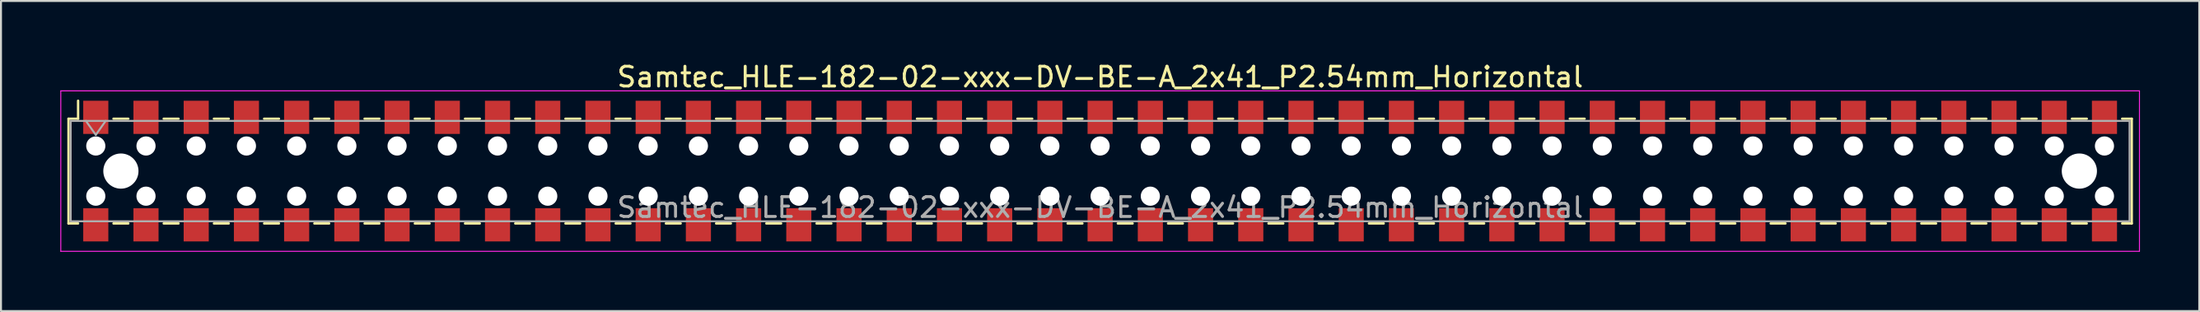
<source format=kicad_pcb>
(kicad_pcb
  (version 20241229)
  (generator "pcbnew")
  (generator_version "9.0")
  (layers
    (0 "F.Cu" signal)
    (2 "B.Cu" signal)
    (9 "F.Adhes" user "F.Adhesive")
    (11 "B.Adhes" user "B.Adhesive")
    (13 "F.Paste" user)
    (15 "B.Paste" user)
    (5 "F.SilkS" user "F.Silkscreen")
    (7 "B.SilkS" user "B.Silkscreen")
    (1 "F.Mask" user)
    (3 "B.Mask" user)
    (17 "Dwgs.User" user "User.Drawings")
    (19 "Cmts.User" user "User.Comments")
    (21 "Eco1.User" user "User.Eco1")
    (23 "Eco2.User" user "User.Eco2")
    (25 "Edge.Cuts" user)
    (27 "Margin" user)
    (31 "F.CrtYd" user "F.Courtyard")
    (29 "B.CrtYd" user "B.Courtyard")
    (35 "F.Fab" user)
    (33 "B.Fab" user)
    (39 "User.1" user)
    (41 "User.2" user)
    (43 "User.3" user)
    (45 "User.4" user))
  (footprint "Samtec_HLE-182-02-xxx-DV-BE-A_2x41_P2.54mm_Horizontal"
    (layer "F.Cu")
    (at 52.595 5.608)
    (property "Reference" "Samtec_HLE-182-02-xxx-DV-BE-A_2x41_P2.54mm_Horizontal" (at 0 -4.76 0) (layer "F.SilkS") (effects (font (size 1 1) (thickness 0.15))))
    (attr smd)
    (fp_line (start -52.18 -2.65) (end -52.18 2.65) (stroke (width 0.12) (type solid)) (layer "F.SilkS"))
    (fp_line (start -52.18 2.65) (end -51.695 2.65) (stroke (width 0.12) (type solid)) (layer "F.SilkS"))
    (fp_line (start -51.695 -3.56) (end -51.695 -2.65) (stroke (width 0.12) (type solid)) (layer "F.SilkS"))
    (fp_line (start -51.695 -2.65) (end -52.18 -2.65) (stroke (width 0.12) (type solid)) (layer "F.SilkS"))
    (fp_line (start -49.905 -2.65) (end -49.155 -2.65) (stroke (width 0.12) (type solid)) (layer "F.SilkS"))
    (fp_line (start -49.905 2.65) (end -49.155 2.65) (stroke (width 0.12) (type solid)) (layer "F.SilkS"))
    (fp_line (start -47.365 -2.65) (end -46.615 -2.65) (stroke (width 0.12) (type solid)) (layer "F.SilkS"))
    (fp_line (start -47.365 2.65) (end -46.615 2.65) (stroke (width 0.12) (type solid)) (layer "F.SilkS"))
    (fp_line (start -44.825 -2.65) (end -44.075 -2.65) (stroke (width 0.12) (type solid)) (layer "F.SilkS"))
    (fp_line (start -44.825 2.65) (end -44.075 2.65) (stroke (width 0.12) (type solid)) (layer "F.SilkS"))
    (fp_line (start -42.285 -2.65) (end -41.535 -2.65) (stroke (width 0.12) (type solid)) (layer "F.SilkS"))
    (fp_line (start -42.285 2.65) (end -41.535 2.65) (stroke (width 0.12) (type solid)) (layer "F.SilkS"))
    (fp_line (start -39.745 -2.65) (end -38.995 -2.65) (stroke (width 0.12) (type solid)) (layer "F.SilkS"))
    (fp_line (start -39.745 2.65) (end -38.995 2.65) (stroke (width 0.12) (type solid)) (layer "F.SilkS"))
    (fp_line (start -37.205 -2.65) (end -36.455 -2.65) (stroke (width 0.12) (type solid)) (layer "F.SilkS"))
    (fp_line (start -37.205 2.65) (end -36.455 2.65) (stroke (width 0.12) (type solid)) (layer "F.SilkS"))
    (fp_line (start -34.665 -2.65) (end -33.915 -2.65) (stroke (width 0.12) (type solid)) (layer "F.SilkS"))
    (fp_line (start -34.665 2.65) (end -33.915 2.65) (stroke (width 0.12) (type solid)) (layer "F.SilkS"))
    (fp_line (start -32.125 -2.65) (end -31.375 -2.65) (stroke (width 0.12) (type solid)) (layer "F.SilkS"))
    (fp_line (start -32.125 2.65) (end -31.375 2.65) (stroke (width 0.12) (type solid)) (layer "F.SilkS"))
    (fp_line (start -29.585 -2.65) (end -28.835 -2.65) (stroke (width 0.12) (type solid)) (layer "F.SilkS"))
    (fp_line (start -29.585 2.65) (end -28.835 2.65) (stroke (width 0.12) (type solid)) (layer "F.SilkS"))
    (fp_line (start -27.045 -2.65) (end -26.295 -2.65) (stroke (width 0.12) (type solid)) (layer "F.SilkS"))
    (fp_line (start -27.045 2.65) (end -26.295 2.65) (stroke (width 0.12) (type solid)) (layer "F.SilkS"))
    (fp_line (start -24.505 -2.65) (end -23.755 -2.65) (stroke (width 0.12) (type solid)) (layer "F.SilkS"))
    (fp_line (start -24.505 2.65) (end -23.755 2.65) (stroke (width 0.12) (type solid)) (layer "F.SilkS"))
    (fp_line (start -21.965 -2.65) (end -21.215 -2.65) (stroke (width 0.12) (type solid)) (layer "F.SilkS"))
    (fp_line (start -21.965 2.65) (end -21.215 2.65) (stroke (width 0.12) (type solid)) (layer "F.SilkS"))
    (fp_line (start -19.425 -2.65) (end -18.675 -2.65) (stroke (width 0.12) (type solid)) (layer "F.SilkS"))
    (fp_line (start -19.425 2.65) (end -18.675 2.65) (stroke (width 0.12) (type solid)) (layer "F.SilkS"))
    (fp_line (start -16.885 -2.65) (end -16.135 -2.65) (stroke (width 0.12) (type solid)) (layer "F.SilkS"))
    (fp_line (start -16.885 2.65) (end -16.135 2.65) (stroke (width 0.12) (type solid)) (layer "F.SilkS"))
    (fp_line (start -14.345 -2.65) (end -13.595 -2.65) (stroke (width 0.12) (type solid)) (layer "F.SilkS"))
    (fp_line (start -14.345 2.65) (end -13.595 2.65) (stroke (width 0.12) (type solid)) (layer "F.SilkS"))
    (fp_line (start -11.805 -2.65) (end -11.055 -2.65) (stroke (width 0.12) (type solid)) (layer "F.SilkS"))
    (fp_line (start -11.805 2.65) (end -11.055 2.65) (stroke (width 0.12) (type solid)) (layer "F.SilkS"))
    (fp_line (start -9.265 -2.65) (end -8.515 -2.65) (stroke (width 0.12) (type solid)) (layer "F.SilkS"))
    (fp_line (start -9.265 2.65) (end -8.515 2.65) (stroke (width 0.12) (type solid)) (layer "F.SilkS"))
    (fp_line (start -6.725 -2.65) (end -5.975 -2.65) (stroke (width 0.12) (type solid)) (layer "F.SilkS"))
    (fp_line (start -6.725 2.65) (end -5.975 2.65) (stroke (width 0.12) (type solid)) (layer "F.SilkS"))
    (fp_line (start -4.185 -2.65) (end -3.435 -2.65) (stroke (width 0.12) (type solid)) (layer "F.SilkS"))
    (fp_line (start -4.185 2.65) (end -3.435 2.65) (stroke (width 0.12) (type solid)) (layer "F.SilkS"))
    (fp_line (start -1.645 -2.65) (end -0.895 -2.65) (stroke (width 0.12) (type solid)) (layer "F.SilkS"))
    (fp_line (start -1.645 2.65) (end -0.895 2.65) (stroke (width 0.12) (type solid)) (layer "F.SilkS"))
    (fp_line (start 0.895 -2.65) (end 1.645 -2.65) (stroke (width 0.12) (type solid)) (layer "F.SilkS"))
    (fp_line (start 0.895 2.65) (end 1.645 2.65) (stroke (width 0.12) (type solid)) (layer "F.SilkS"))
    (fp_line (start 3.435 -2.65) (end 4.185 -2.65) (stroke (width 0.12) (type solid)) (layer "F.SilkS"))
    (fp_line (start 3.435 2.65) (end 4.185 2.65) (stroke (width 0.12) (type solid)) (layer "F.SilkS"))
    (fp_line (start 5.975 -2.65) (end 6.725 -2.65) (stroke (width 0.12) (type solid)) (layer "F.SilkS"))
    (fp_line (start 5.975 2.65) (end 6.725 2.65) (stroke (width 0.12) (type solid)) (layer "F.SilkS"))
    (fp_line (start 8.515 -2.65) (end 9.265 -2.65) (stroke (width 0.12) (type solid)) (layer "F.SilkS"))
    (fp_line (start 8.515 2.65) (end 9.265 2.65) (stroke (width 0.12) (type solid)) (layer "F.SilkS"))
    (fp_line (start 11.055 -2.65) (end 11.805 -2.65) (stroke (width 0.12) (type solid)) (layer "F.SilkS"))
    (fp_line (start 11.055 2.65) (end 11.805 2.65) (stroke (width 0.12) (type solid)) (layer "F.SilkS"))
    (fp_line (start 13.595 -2.65) (end 14.345 -2.65) (stroke (width 0.12) (type solid)) (layer "F.SilkS"))
    (fp_line (start 13.595 2.65) (end 14.345 2.65) (stroke (width 0.12) (type solid)) (layer "F.SilkS"))
    (fp_line (start 16.135 -2.65) (end 16.885 -2.65) (stroke (width 0.12) (type solid)) (layer "F.SilkS"))
    (fp_line (start 16.135 2.65) (end 16.885 2.65) (stroke (width 0.12) (type solid)) (layer "F.SilkS"))
    (fp_line (start 18.675 -2.65) (end 19.425 -2.65) (stroke (width 0.12) (type solid)) (layer "F.SilkS"))
    (fp_line (start 18.675 2.65) (end 19.425 2.65) (stroke (width 0.12) (type solid)) (layer "F.SilkS"))
    (fp_line (start 21.215 -2.65) (end 21.965 -2.65) (stroke (width 0.12) (type solid)) (layer "F.SilkS"))
    (fp_line (start 21.215 2.65) (end 21.965 2.65) (stroke (width 0.12) (type solid)) (layer "F.SilkS"))
    (fp_line (start 23.755 -2.65) (end 24.505 -2.65) (stroke (width 0.12) (type solid)) (layer "F.SilkS"))
    (fp_line (start 23.755 2.65) (end 24.505 2.65) (stroke (width 0.12) (type solid)) (layer "F.SilkS"))
    (fp_line (start 26.295 -2.65) (end 27.045 -2.65) (stroke (width 0.12) (type solid)) (layer "F.SilkS"))
    (fp_line (start 26.295 2.65) (end 27.045 2.65) (stroke (width 0.12) (type solid)) (layer "F.SilkS"))
    (fp_line (start 28.835 -2.65) (end 29.585 -2.65) (stroke (width 0.12) (type solid)) (layer "F.SilkS"))
    (fp_line (start 28.835 2.65) (end 29.585 2.65) (stroke (width 0.12) (type solid)) (layer "F.SilkS"))
    (fp_line (start 31.375 -2.65) (end 32.125 -2.65) (stroke (width 0.12) (type solid)) (layer "F.SilkS"))
    (fp_line (start 31.375 2.65) (end 32.125 2.65) (stroke (width 0.12) (type solid)) (layer "F.SilkS"))
    (fp_line (start 33.915 -2.65) (end 34.665 -2.65) (stroke (width 0.12) (type solid)) (layer "F.SilkS"))
    (fp_line (start 33.915 2.65) (end 34.665 2.65) (stroke (width 0.12) (type solid)) (layer "F.SilkS"))
    (fp_line (start 36.455 -2.65) (end 37.205 -2.65) (stroke (width 0.12) (type solid)) (layer "F.SilkS"))
    (fp_line (start 36.455 2.65) (end 37.205 2.65) (stroke (width 0.12) (type solid)) (layer "F.SilkS"))
    (fp_line (start 38.995 -2.65) (end 39.745 -2.65) (stroke (width 0.12) (type solid)) (layer "F.SilkS"))
    (fp_line (start 38.995 2.65) (end 39.745 2.65) (stroke (width 0.12) (type solid)) (layer "F.SilkS"))
    (fp_line (start 41.535 -2.65) (end 42.285 -2.65) (stroke (width 0.12) (type solid)) (layer "F.SilkS"))
    (fp_line (start 41.535 2.65) (end 42.285 2.65) (stroke (width 0.12) (type solid)) (layer "F.SilkS"))
    (fp_line (start 44.075 -2.65) (end 44.825 -2.65) (stroke (width 0.12) (type solid)) (layer "F.SilkS"))
    (fp_line (start 44.075 2.65) (end 44.825 2.65) (stroke (width 0.12) (type solid)) (layer "F.SilkS"))
    (fp_line (start 46.615 -2.65) (end 47.365 -2.65) (stroke (width 0.12) (type solid)) (layer "F.SilkS"))
    (fp_line (start 46.615 2.65) (end 47.365 2.65) (stroke (width 0.12) (type solid)) (layer "F.SilkS"))
    (fp_line (start 49.155 -2.65) (end 49.905 -2.65) (stroke (width 0.12) (type solid)) (layer "F.SilkS"))
    (fp_line (start 49.155 2.65) (end 49.905 2.65) (stroke (width 0.12) (type solid)) (layer "F.SilkS"))
    (fp_line (start 51.695 -2.65) (end 52.18 -2.65) (stroke (width 0.12) (type solid)) (layer "F.SilkS"))
    (fp_line (start 52.18 -2.65) (end 52.18 2.65) (stroke (width 0.12) (type solid)) (layer "F.SilkS"))
    (fp_line (start 52.18 2.65) (end 51.695 2.65) (stroke (width 0.12) (type solid)) (layer "F.SilkS"))
    (fp_line (start -52.57 -4.06) (end 52.57 -4.06) (stroke (width 0.05) (type solid)) (layer "F.CrtYd"))
    (fp_line (start -52.57 4.06) (end -52.57 -4.06) (stroke (width 0.05) (type solid)) (layer "F.CrtYd"))
    (fp_line (start 52.57 -4.06) (end 52.57 4.06) (stroke (width 0.05) (type solid)) (layer "F.CrtYd"))
    (fp_line (start 52.57 4.06) (end -52.57 4.06) (stroke (width 0.05) (type solid)) (layer "F.CrtYd"))
    (fp_line (start -52.07 -2.54) (end 52.07 -2.54) (stroke (width 0.1) (type solid)) (layer "F.Fab"))
    (fp_line (start -52.07 2.54) (end -52.07 -2.54) (stroke (width 0.1) (type solid)) (layer "F.Fab"))
    (fp_line (start -51.3 -2.54) (end -50.8 -1.833) (stroke (width 0.1) (type solid)) (layer "F.Fab"))
    (fp_line (start -50.8 -1.833) (end -50.3 -2.54) (stroke (width 0.1) (type solid)) (layer "F.Fab"))
    (fp_line (start 52.07 -2.54) (end 52.07 2.54) (stroke (width 0.1) (type solid)) (layer "F.Fab"))
    (fp_line (start 52.07 2.54) (end -52.07 2.54) (stroke (width 0.1) (type solid)) (layer "F.Fab"))
    (fp_text user "${REFERENCE}" (at 0 1.84 0) (layer "F.Fab") (effects (font (size 1 1) (thickness 0.15))))
    (pad "" np_thru_hole circle (at -50.8 -1.27) (size 0.97 0.97) (drill 0.97) (layers "*.Cu" "*.Mask"))
    (pad "" np_thru_hole circle (at -50.8 1.27) (size 0.97 0.97) (drill 0.97) (layers "*.Cu" "*.Mask"))
    (pad "" np_thru_hole circle (at -49.53 0) (size 1.78 1.78) (drill 1.78) (layers "*.Cu" "*.Mask"))
    (pad "" np_thru_hole circle (at -48.26 -1.27) (size 0.97 0.97) (drill 0.97) (layers "*.Cu" "*.Mask"))
    (pad "" np_thru_hole circle (at -48.26 1.27) (size 0.97 0.97) (drill 0.97) (layers "*.Cu" "*.Mask"))
    (pad "" np_thru_hole circle (at -45.72 -1.27) (size 0.97 0.97) (drill 0.97) (layers "*.Cu" "*.Mask"))
    (pad "" np_thru_hole circle (at -45.72 1.27) (size 0.97 0.97) (drill 0.97) (layers "*.Cu" "*.Mask"))
    (pad "" np_thru_hole circle (at -43.18 -1.27) (size 0.97 0.97) (drill 0.97) (layers "*.Cu" "*.Mask"))
    (pad "" np_thru_hole circle (at -43.18 1.27) (size 0.97 0.97) (drill 0.97) (layers "*.Cu" "*.Mask"))
    (pad "" np_thru_hole circle (at -40.64 -1.27) (size 0.97 0.97) (drill 0.97) (layers "*.Cu" "*.Mask"))
    (pad "" np_thru_hole circle (at -40.64 1.27) (size 0.97 0.97) (drill 0.97) (layers "*.Cu" "*.Mask"))
    (pad "" np_thru_hole circle (at -38.1 -1.27) (size 0.97 0.97) (drill 0.97) (layers "*.Cu" "*.Mask"))
    (pad "" np_thru_hole circle (at -38.1 1.27) (size 0.97 0.97) (drill 0.97) (layers "*.Cu" "*.Mask"))
    (pad "" np_thru_hole circle (at -35.56 -1.27) (size 0.97 0.97) (drill 0.97) (layers "*.Cu" "*.Mask"))
    (pad "" np_thru_hole circle (at -35.56 1.27) (size 0.97 0.97) (drill 0.97) (layers "*.Cu" "*.Mask"))
    (pad "" np_thru_hole circle (at -33.02 -1.27) (size 0.97 0.97) (drill 0.97) (layers "*.Cu" "*.Mask"))
    (pad "" np_thru_hole circle (at -33.02 1.27) (size 0.97 0.97) (drill 0.97) (layers "*.Cu" "*.Mask"))
    (pad "" np_thru_hole circle (at -30.48 -1.27) (size 0.97 0.97) (drill 0.97) (layers "*.Cu" "*.Mask"))
    (pad "" np_thru_hole circle (at -30.48 1.27) (size 0.97 0.97) (drill 0.97) (layers "*.Cu" "*.Mask"))
    (pad "" np_thru_hole circle (at -27.94 -1.27) (size 0.97 0.97) (drill 0.97) (layers "*.Cu" "*.Mask"))
    (pad "" np_thru_hole circle (at -27.94 1.27) (size 0.97 0.97) (drill 0.97) (layers "*.Cu" "*.Mask"))
    (pad "" np_thru_hole circle (at -25.4 -1.27) (size 0.97 0.97) (drill 0.97) (layers "*.Cu" "*.Mask"))
    (pad "" np_thru_hole circle (at -25.4 1.27) (size 0.97 0.97) (drill 0.97) (layers "*.Cu" "*.Mask"))
    (pad "" np_thru_hole circle (at -22.86 -1.27) (size 0.97 0.97) (drill 0.97) (layers "*.Cu" "*.Mask"))
    (pad "" np_thru_hole circle (at -22.86 1.27) (size 0.97 0.97) (drill 0.97) (layers "*.Cu" "*.Mask"))
    (pad "" np_thru_hole circle (at -20.32 -1.27) (size 0.97 0.97) (drill 0.97) (layers "*.Cu" "*.Mask"))
    (pad "" np_thru_hole circle (at -20.32 1.27) (size 0.97 0.97) (drill 0.97) (layers "*.Cu" "*.Mask"))
    (pad "" np_thru_hole circle (at -17.78 -1.27) (size 0.97 0.97) (drill 0.97) (layers "*.Cu" "*.Mask"))
    (pad "" np_thru_hole circle (at -17.78 1.27) (size 0.97 0.97) (drill 0.97) (layers "*.Cu" "*.Mask"))
    (pad "" np_thru_hole circle (at -15.24 -1.27) (size 0.97 0.97) (drill 0.97) (layers "*.Cu" "*.Mask"))
    (pad "" np_thru_hole circle (at -15.24 1.27) (size 0.97 0.97) (drill 0.97) (layers "*.Cu" "*.Mask"))
    (pad "" np_thru_hole circle (at -12.7 -1.27) (size 0.97 0.97) (drill 0.97) (layers "*.Cu" "*.Mask"))
    (pad "" np_thru_hole circle (at -12.7 1.27) (size 0.97 0.97) (drill 0.97) (layers "*.Cu" "*.Mask"))
    (pad "" np_thru_hole circle (at -10.16 -1.27) (size 0.97 0.97) (drill 0.97) (layers "*.Cu" "*.Mask"))
    (pad "" np_thru_hole circle (at -10.16 1.27) (size 0.97 0.97) (drill 0.97) (layers "*.Cu" "*.Mask"))
    (pad "" np_thru_hole circle (at -7.62 -1.27) (size 0.97 0.97) (drill 0.97) (layers "*.Cu" "*.Mask"))
    (pad "" np_thru_hole circle (at -7.62 1.27) (size 0.97 0.97) (drill 0.97) (layers "*.Cu" "*.Mask"))
    (pad "" np_thru_hole circle (at -5.08 -1.27) (size 0.97 0.97) (drill 0.97) (layers "*.Cu" "*.Mask"))
    (pad "" np_thru_hole circle (at -5.08 1.27) (size 0.97 0.97) (drill 0.97) (layers "*.Cu" "*.Mask"))
    (pad "" np_thru_hole circle (at -2.54 -1.27) (size 0.97 0.97) (drill 0.97) (layers "*.Cu" "*.Mask"))
    (pad "" np_thru_hole circle (at -2.54 1.27) (size 0.97 0.97) (drill 0.97) (layers "*.Cu" "*.Mask"))
    (pad "" np_thru_hole circle (at 0 -1.27) (size 0.97 0.97) (drill 0.97) (layers "*.Cu" "*.Mask"))
    (pad "" np_thru_hole circle (at 0 1.27) (size 0.97 0.97) (drill 0.97) (layers "*.Cu" "*.Mask"))
    (pad "" np_thru_hole circle (at 2.54 -1.27) (size 0.97 0.97) (drill 0.97) (layers "*.Cu" "*.Mask"))
    (pad "" np_thru_hole circle (at 2.54 1.27) (size 0.97 0.97) (drill 0.97) (layers "*.Cu" "*.Mask"))
    (pad "" np_thru_hole circle (at 5.08 -1.27) (size 0.97 0.97) (drill 0.97) (layers "*.Cu" "*.Mask"))
    (pad "" np_thru_hole circle (at 5.08 1.27) (size 0.97 0.97) (drill 0.97) (layers "*.Cu" "*.Mask"))
    (pad "" np_thru_hole circle (at 7.62 -1.27) (size 0.97 0.97) (drill 0.97) (layers "*.Cu" "*.Mask"))
    (pad "" np_thru_hole circle (at 7.62 1.27) (size 0.97 0.97) (drill 0.97) (layers "*.Cu" "*.Mask"))
    (pad "" np_thru_hole circle (at 10.16 -1.27) (size 0.97 0.97) (drill 0.97) (layers "*.Cu" "*.Mask"))
    (pad "" np_thru_hole circle (at 10.16 1.27) (size 0.97 0.97) (drill 0.97) (layers "*.Cu" "*.Mask"))
    (pad "" np_thru_hole circle (at 12.7 -1.27) (size 0.97 0.97) (drill 0.97) (layers "*.Cu" "*.Mask"))
    (pad "" np_thru_hole circle (at 12.7 1.27) (size 0.97 0.97) (drill 0.97) (layers "*.Cu" "*.Mask"))
    (pad "" np_thru_hole circle (at 15.24 -1.27) (size 0.97 0.97) (drill 0.97) (layers "*.Cu" "*.Mask"))
    (pad "" np_thru_hole circle (at 15.24 1.27) (size 0.97 0.97) (drill 0.97) (layers "*.Cu" "*.Mask"))
    (pad "" np_thru_hole circle (at 17.78 -1.27) (size 0.97 0.97) (drill 0.97) (layers "*.Cu" "*.Mask"))
    (pad "" np_thru_hole circle (at 17.78 1.27) (size 0.97 0.97) (drill 0.97) (layers "*.Cu" "*.Mask"))
    (pad "" np_thru_hole circle (at 20.32 -1.27) (size 0.97 0.97) (drill 0.97) (layers "*.Cu" "*.Mask"))
    (pad "" np_thru_hole circle (at 20.32 1.27) (size 0.97 0.97) (drill 0.97) (layers "*.Cu" "*.Mask"))
    (pad "" np_thru_hole circle (at 22.86 -1.27) (size 0.97 0.97) (drill 0.97) (layers "*.Cu" "*.Mask"))
    (pad "" np_thru_hole circle (at 22.86 1.27) (size 0.97 0.97) (drill 0.97) (layers "*.Cu" "*.Mask"))
    (pad "" np_thru_hole circle (at 25.4 -1.27) (size 0.97 0.97) (drill 0.97) (layers "*.Cu" "*.Mask"))
    (pad "" np_thru_hole circle (at 25.4 1.27) (size 0.97 0.97) (drill 0.97) (layers "*.Cu" "*.Mask"))
    (pad "" np_thru_hole circle (at 27.94 -1.27) (size 0.97 0.97) (drill 0.97) (layers "*.Cu" "*.Mask"))
    (pad "" np_thru_hole circle (at 27.94 1.27) (size 0.97 0.97) (drill 0.97) (layers "*.Cu" "*.Mask"))
    (pad "" np_thru_hole circle (at 30.48 -1.27) (size 0.97 0.97) (drill 0.97) (layers "*.Cu" "*.Mask"))
    (pad "" np_thru_hole circle (at 30.48 1.27) (size 0.97 0.97) (drill 0.97) (layers "*.Cu" "*.Mask"))
    (pad "" np_thru_hole circle (at 33.02 -1.27) (size 0.97 0.97) (drill 0.97) (layers "*.Cu" "*.Mask"))
    (pad "" np_thru_hole circle (at 33.02 1.27) (size 0.97 0.97) (drill 0.97) (layers "*.Cu" "*.Mask"))
    (pad "" np_thru_hole circle (at 35.56 -1.27) (size 0.97 0.97) (drill 0.97) (layers "*.Cu" "*.Mask"))
    (pad "" np_thru_hole circle (at 35.56 1.27) (size 0.97 0.97) (drill 0.97) (layers "*.Cu" "*.Mask"))
    (pad "" np_thru_hole circle (at 38.1 -1.27) (size 0.97 0.97) (drill 0.97) (layers "*.Cu" "*.Mask"))
    (pad "" np_thru_hole circle (at 38.1 1.27) (size 0.97 0.97) (drill 0.97) (layers "*.Cu" "*.Mask"))
    (pad "" np_thru_hole circle (at 40.64 -1.27) (size 0.97 0.97) (drill 0.97) (layers "*.Cu" "*.Mask"))
    (pad "" np_thru_hole circle (at 40.64 1.27) (size 0.97 0.97) (drill 0.97) (layers "*.Cu" "*.Mask"))
    (pad "" np_thru_hole circle (at 43.18 -1.27) (size 0.97 0.97) (drill 0.97) (layers "*.Cu" "*.Mask"))
    (pad "" np_thru_hole circle (at 43.18 1.27) (size 0.97 0.97) (drill 0.97) (layers "*.Cu" "*.Mask"))
    (pad "" np_thru_hole circle (at 45.72 -1.27) (size 0.97 0.97) (drill 0.97) (layers "*.Cu" "*.Mask"))
    (pad "" np_thru_hole circle (at 45.72 1.27) (size 0.97 0.97) (drill 0.97) (layers "*.Cu" "*.Mask"))
    (pad "" np_thru_hole circle (at 48.26 -1.27) (size 0.97 0.97) (drill 0.97) (layers "*.Cu" "*.Mask"))
    (pad "" np_thru_hole circle (at 48.26 1.27) (size 0.97 0.97) (drill 0.97) (layers "*.Cu" "*.Mask"))
    (pad "" np_thru_hole circle (at 49.53 0) (size 1.78 1.78) (drill 1.78) (layers "*.Cu" "*.Mask"))
    (pad "" np_thru_hole circle (at 50.8 -1.27) (size 0.97 0.97) (drill 0.97) (layers "*.Cu" "*.Mask"))
    (pad "" np_thru_hole circle (at 50.8 1.27) (size 0.97 0.97) (drill 0.97) (layers "*.Cu" "*.Mask"))
    (pad "1" smd rect (at -50.8 -2.72) (size 1.27 1.68) (layers "F.Cu" "F.Mask" "F.Paste"))
    (pad "2" smd rect (at -50.8 2.72) (size 1.27 1.68) (layers "F.Cu" "F.Mask" "F.Paste"))
    (pad "3" smd rect (at -48.26 -2.72) (size 1.27 1.68) (layers "F.Cu" "F.Mask" "F.Paste"))
    (pad "4" smd rect (at -48.26 2.72) (size 1.27 1.68) (layers "F.Cu" "F.Mask" "F.Paste"))
    (pad "5" smd rect (at -45.72 -2.72) (size 1.27 1.68) (layers "F.Cu" "F.Mask" "F.Paste"))
    (pad "6" smd rect (at -45.72 2.72) (size 1.27 1.68) (layers "F.Cu" "F.Mask" "F.Paste"))
    (pad "7" smd rect (at -43.18 -2.72) (size 1.27 1.68) (layers "F.Cu" "F.Mask" "F.Paste"))
    (pad "8" smd rect (at -43.18 2.72) (size 1.27 1.68) (layers "F.Cu" "F.Mask" "F.Paste"))
    (pad "9" smd rect (at -40.64 -2.72) (size 1.27 1.68) (layers "F.Cu" "F.Mask" "F.Paste"))
    (pad "10" smd rect (at -40.64 2.72) (size 1.27 1.68) (layers "F.Cu" "F.Mask" "F.Paste"))
    (pad "11" smd rect (at -38.1 -2.72) (size 1.27 1.68) (layers "F.Cu" "F.Mask" "F.Paste"))
    (pad "12" smd rect (at -38.1 2.72) (size 1.27 1.68) (layers "F.Cu" "F.Mask" "F.Paste"))
    (pad "13" smd rect (at -35.56 -2.72) (size 1.27 1.68) (layers "F.Cu" "F.Mask" "F.Paste"))
    (pad "14" smd rect (at -35.56 2.72) (size 1.27 1.68) (layers "F.Cu" "F.Mask" "F.Paste"))
    (pad "15" smd rect (at -33.02 -2.72) (size 1.27 1.68) (layers "F.Cu" "F.Mask" "F.Paste"))
    (pad "16" smd rect (at -33.02 2.72) (size 1.27 1.68) (layers "F.Cu" "F.Mask" "F.Paste"))
    (pad "17" smd rect (at -30.48 -2.72) (size 1.27 1.68) (layers "F.Cu" "F.Mask" "F.Paste"))
    (pad "18" smd rect (at -30.48 2.72) (size 1.27 1.68) (layers "F.Cu" "F.Mask" "F.Paste"))
    (pad "19" smd rect (at -27.94 -2.72) (size 1.27 1.68) (layers "F.Cu" "F.Mask" "F.Paste"))
    (pad "20" smd rect (at -27.94 2.72) (size 1.27 1.68) (layers "F.Cu" "F.Mask" "F.Paste"))
    (pad "21" smd rect (at -25.4 -2.72) (size 1.27 1.68) (layers "F.Cu" "F.Mask" "F.Paste"))
    (pad "22" smd rect (at -25.4 2.72) (size 1.27 1.68) (layers "F.Cu" "F.Mask" "F.Paste"))
    (pad "23" smd rect (at -22.86 -2.72) (size 1.27 1.68) (layers "F.Cu" "F.Mask" "F.Paste"))
    (pad "24" smd rect (at -22.86 2.72) (size 1.27 1.68) (layers "F.Cu" "F.Mask" "F.Paste"))
    (pad "25" smd rect (at -20.32 -2.72) (size 1.27 1.68) (layers "F.Cu" "F.Mask" "F.Paste"))
    (pad "26" smd rect (at -20.32 2.72) (size 1.27 1.68) (layers "F.Cu" "F.Mask" "F.Paste"))
    (pad "27" smd rect (at -17.78 -2.72) (size 1.27 1.68) (layers "F.Cu" "F.Mask" "F.Paste"))
    (pad "28" smd rect (at -17.78 2.72) (size 1.27 1.68) (layers "F.Cu" "F.Mask" "F.Paste"))
    (pad "29" smd rect (at -15.24 -2.72) (size 1.27 1.68) (layers "F.Cu" "F.Mask" "F.Paste"))
    (pad "30" smd rect (at -15.24 2.72) (size 1.27 1.68) (layers "F.Cu" "F.Mask" "F.Paste"))
    (pad "31" smd rect (at -12.7 -2.72) (size 1.27 1.68) (layers "F.Cu" "F.Mask" "F.Paste"))
    (pad "32" smd rect (at -12.7 2.72) (size 1.27 1.68) (layers "F.Cu" "F.Mask" "F.Paste"))
    (pad "33" smd rect (at -10.16 -2.72) (size 1.27 1.68) (layers "F.Cu" "F.Mask" "F.Paste"))
    (pad "34" smd rect (at -10.16 2.72) (size 1.27 1.68) (layers "F.Cu" "F.Mask" "F.Paste"))
    (pad "35" smd rect (at -7.62 -2.72) (size 1.27 1.68) (layers "F.Cu" "F.Mask" "F.Paste"))
    (pad "36" smd rect (at -7.62 2.72) (size 1.27 1.68) (layers "F.Cu" "F.Mask" "F.Paste"))
    (pad "37" smd rect (at -5.08 -2.72) (size 1.27 1.68) (layers "F.Cu" "F.Mask" "F.Paste"))
    (pad "38" smd rect (at -5.08 2.72) (size 1.27 1.68) (layers "F.Cu" "F.Mask" "F.Paste"))
    (pad "39" smd rect (at -2.54 -2.72) (size 1.27 1.68) (layers "F.Cu" "F.Mask" "F.Paste"))
    (pad "40" smd rect (at -2.54 2.72) (size 1.27 1.68) (layers "F.Cu" "F.Mask" "F.Paste"))
    (pad "41" smd rect (at 0 -2.72) (size 1.27 1.68) (layers "F.Cu" "F.Mask" "F.Paste"))
    (pad "42" smd rect (at 0 2.72) (size 1.27 1.68) (layers "F.Cu" "F.Mask" "F.Paste"))
    (pad "43" smd rect (at 2.54 -2.72) (size 1.27 1.68) (layers "F.Cu" "F.Mask" "F.Paste"))
    (pad "44" smd rect (at 2.54 2.72) (size 1.27 1.68) (layers "F.Cu" "F.Mask" "F.Paste"))
    (pad "45" smd rect (at 5.08 -2.72) (size 1.27 1.68) (layers "F.Cu" "F.Mask" "F.Paste"))
    (pad "46" smd rect (at 5.08 2.72) (size 1.27 1.68) (layers "F.Cu" "F.Mask" "F.Paste"))
    (pad "47" smd rect (at 7.62 -2.72) (size 1.27 1.68) (layers "F.Cu" "F.Mask" "F.Paste"))
    (pad "48" smd rect (at 7.62 2.72) (size 1.27 1.68) (layers "F.Cu" "F.Mask" "F.Paste"))
    (pad "49" smd rect (at 10.16 -2.72) (size 1.27 1.68) (layers "F.Cu" "F.Mask" "F.Paste"))
    (pad "50" smd rect (at 10.16 2.72) (size 1.27 1.68) (layers "F.Cu" "F.Mask" "F.Paste"))
    (pad "51" smd rect (at 12.7 -2.72) (size 1.27 1.68) (layers "F.Cu" "F.Mask" "F.Paste"))
    (pad "52" smd rect (at 12.7 2.72) (size 1.27 1.68) (layers "F.Cu" "F.Mask" "F.Paste"))
    (pad "53" smd rect (at 15.24 -2.72) (size 1.27 1.68) (layers "F.Cu" "F.Mask" "F.Paste"))
    (pad "54" smd rect (at 15.24 2.72) (size 1.27 1.68) (layers "F.Cu" "F.Mask" "F.Paste"))
    (pad "55" smd rect (at 17.78 -2.72) (size 1.27 1.68) (layers "F.Cu" "F.Mask" "F.Paste"))
    (pad "56" smd rect (at 17.78 2.72) (size 1.27 1.68) (layers "F.Cu" "F.Mask" "F.Paste"))
    (pad "57" smd rect (at 20.32 -2.72) (size 1.27 1.68) (layers "F.Cu" "F.Mask" "F.Paste"))
    (pad "58" smd rect (at 20.32 2.72) (size 1.27 1.68) (layers "F.Cu" "F.Mask" "F.Paste"))
    (pad "59" smd rect (at 22.86 -2.72) (size 1.27 1.68) (layers "F.Cu" "F.Mask" "F.Paste"))
    (pad "60" smd rect (at 22.86 2.72) (size 1.27 1.68) (layers "F.Cu" "F.Mask" "F.Paste"))
    (pad "61" smd rect (at 25.4 -2.72) (size 1.27 1.68) (layers "F.Cu" "F.Mask" "F.Paste"))
    (pad "62" smd rect (at 25.4 2.72) (size 1.27 1.68) (layers "F.Cu" "F.Mask" "F.Paste"))
    (pad "63" smd rect (at 27.94 -2.72) (size 1.27 1.68) (layers "F.Cu" "F.Mask" "F.Paste"))
    (pad "64" smd rect (at 27.94 2.72) (size 1.27 1.68) (layers "F.Cu" "F.Mask" "F.Paste"))
    (pad "65" smd rect (at 30.48 -2.72) (size 1.27 1.68) (layers "F.Cu" "F.Mask" "F.Paste"))
    (pad "66" smd rect (at 30.48 2.72) (size 1.27 1.68) (layers "F.Cu" "F.Mask" "F.Paste"))
    (pad "67" smd rect (at 33.02 -2.72) (size 1.27 1.68) (layers "F.Cu" "F.Mask" "F.Paste"))
    (pad "68" smd rect (at 33.02 2.72) (size 1.27 1.68) (layers "F.Cu" "F.Mask" "F.Paste"))
    (pad "69" smd rect (at 35.56 -2.72) (size 1.27 1.68) (layers "F.Cu" "F.Mask" "F.Paste"))
    (pad "70" smd rect (at 35.56 2.72) (size 1.27 1.68) (layers "F.Cu" "F.Mask" "F.Paste"))
    (pad "71" smd rect (at 38.1 -2.72) (size 1.27 1.68) (layers "F.Cu" "F.Mask" "F.Paste"))
    (pad "72" smd rect (at 38.1 2.72) (size 1.27 1.68) (layers "F.Cu" "F.Mask" "F.Paste"))
    (pad "73" smd rect (at 40.64 -2.72) (size 1.27 1.68) (layers "F.Cu" "F.Mask" "F.Paste"))
    (pad "74" smd rect (at 40.64 2.72) (size 1.27 1.68) (layers "F.Cu" "F.Mask" "F.Paste"))
    (pad "75" smd rect (at 43.18 -2.72) (size 1.27 1.68) (layers "F.Cu" "F.Mask" "F.Paste"))
    (pad "76" smd rect (at 43.18 2.72) (size 1.27 1.68) (layers "F.Cu" "F.Mask" "F.Paste"))
    (pad "77" smd rect (at 45.72 -2.72) (size 1.27 1.68) (layers "F.Cu" "F.Mask" "F.Paste"))
    (pad "78" smd rect (at 45.72 2.72) (size 1.27 1.68) (layers "F.Cu" "F.Mask" "F.Paste"))
    (pad "79" smd rect (at 48.26 -2.72) (size 1.27 1.68) (layers "F.Cu" "F.Mask" "F.Paste"))
    (pad "80" smd rect (at 48.26 2.72) (size 1.27 1.68) (layers "F.Cu" "F.Mask" "F.Paste"))
    (pad "81" smd rect (at 50.8 -2.72) (size 1.27 1.68) (layers "F.Cu" "F.Mask" "F.Paste"))
    (pad "82" smd rect (at 50.8 2.72) (size 1.27 1.68) (layers "F.Cu" "F.Mask" "F.Paste")))
  (gr_rect
    (start -3 -3)
    (end 108.19 12.693)
    (stroke (width 0.1) (type default))
    (fill no)
    (layer "Edge.Cuts")))
</source>
